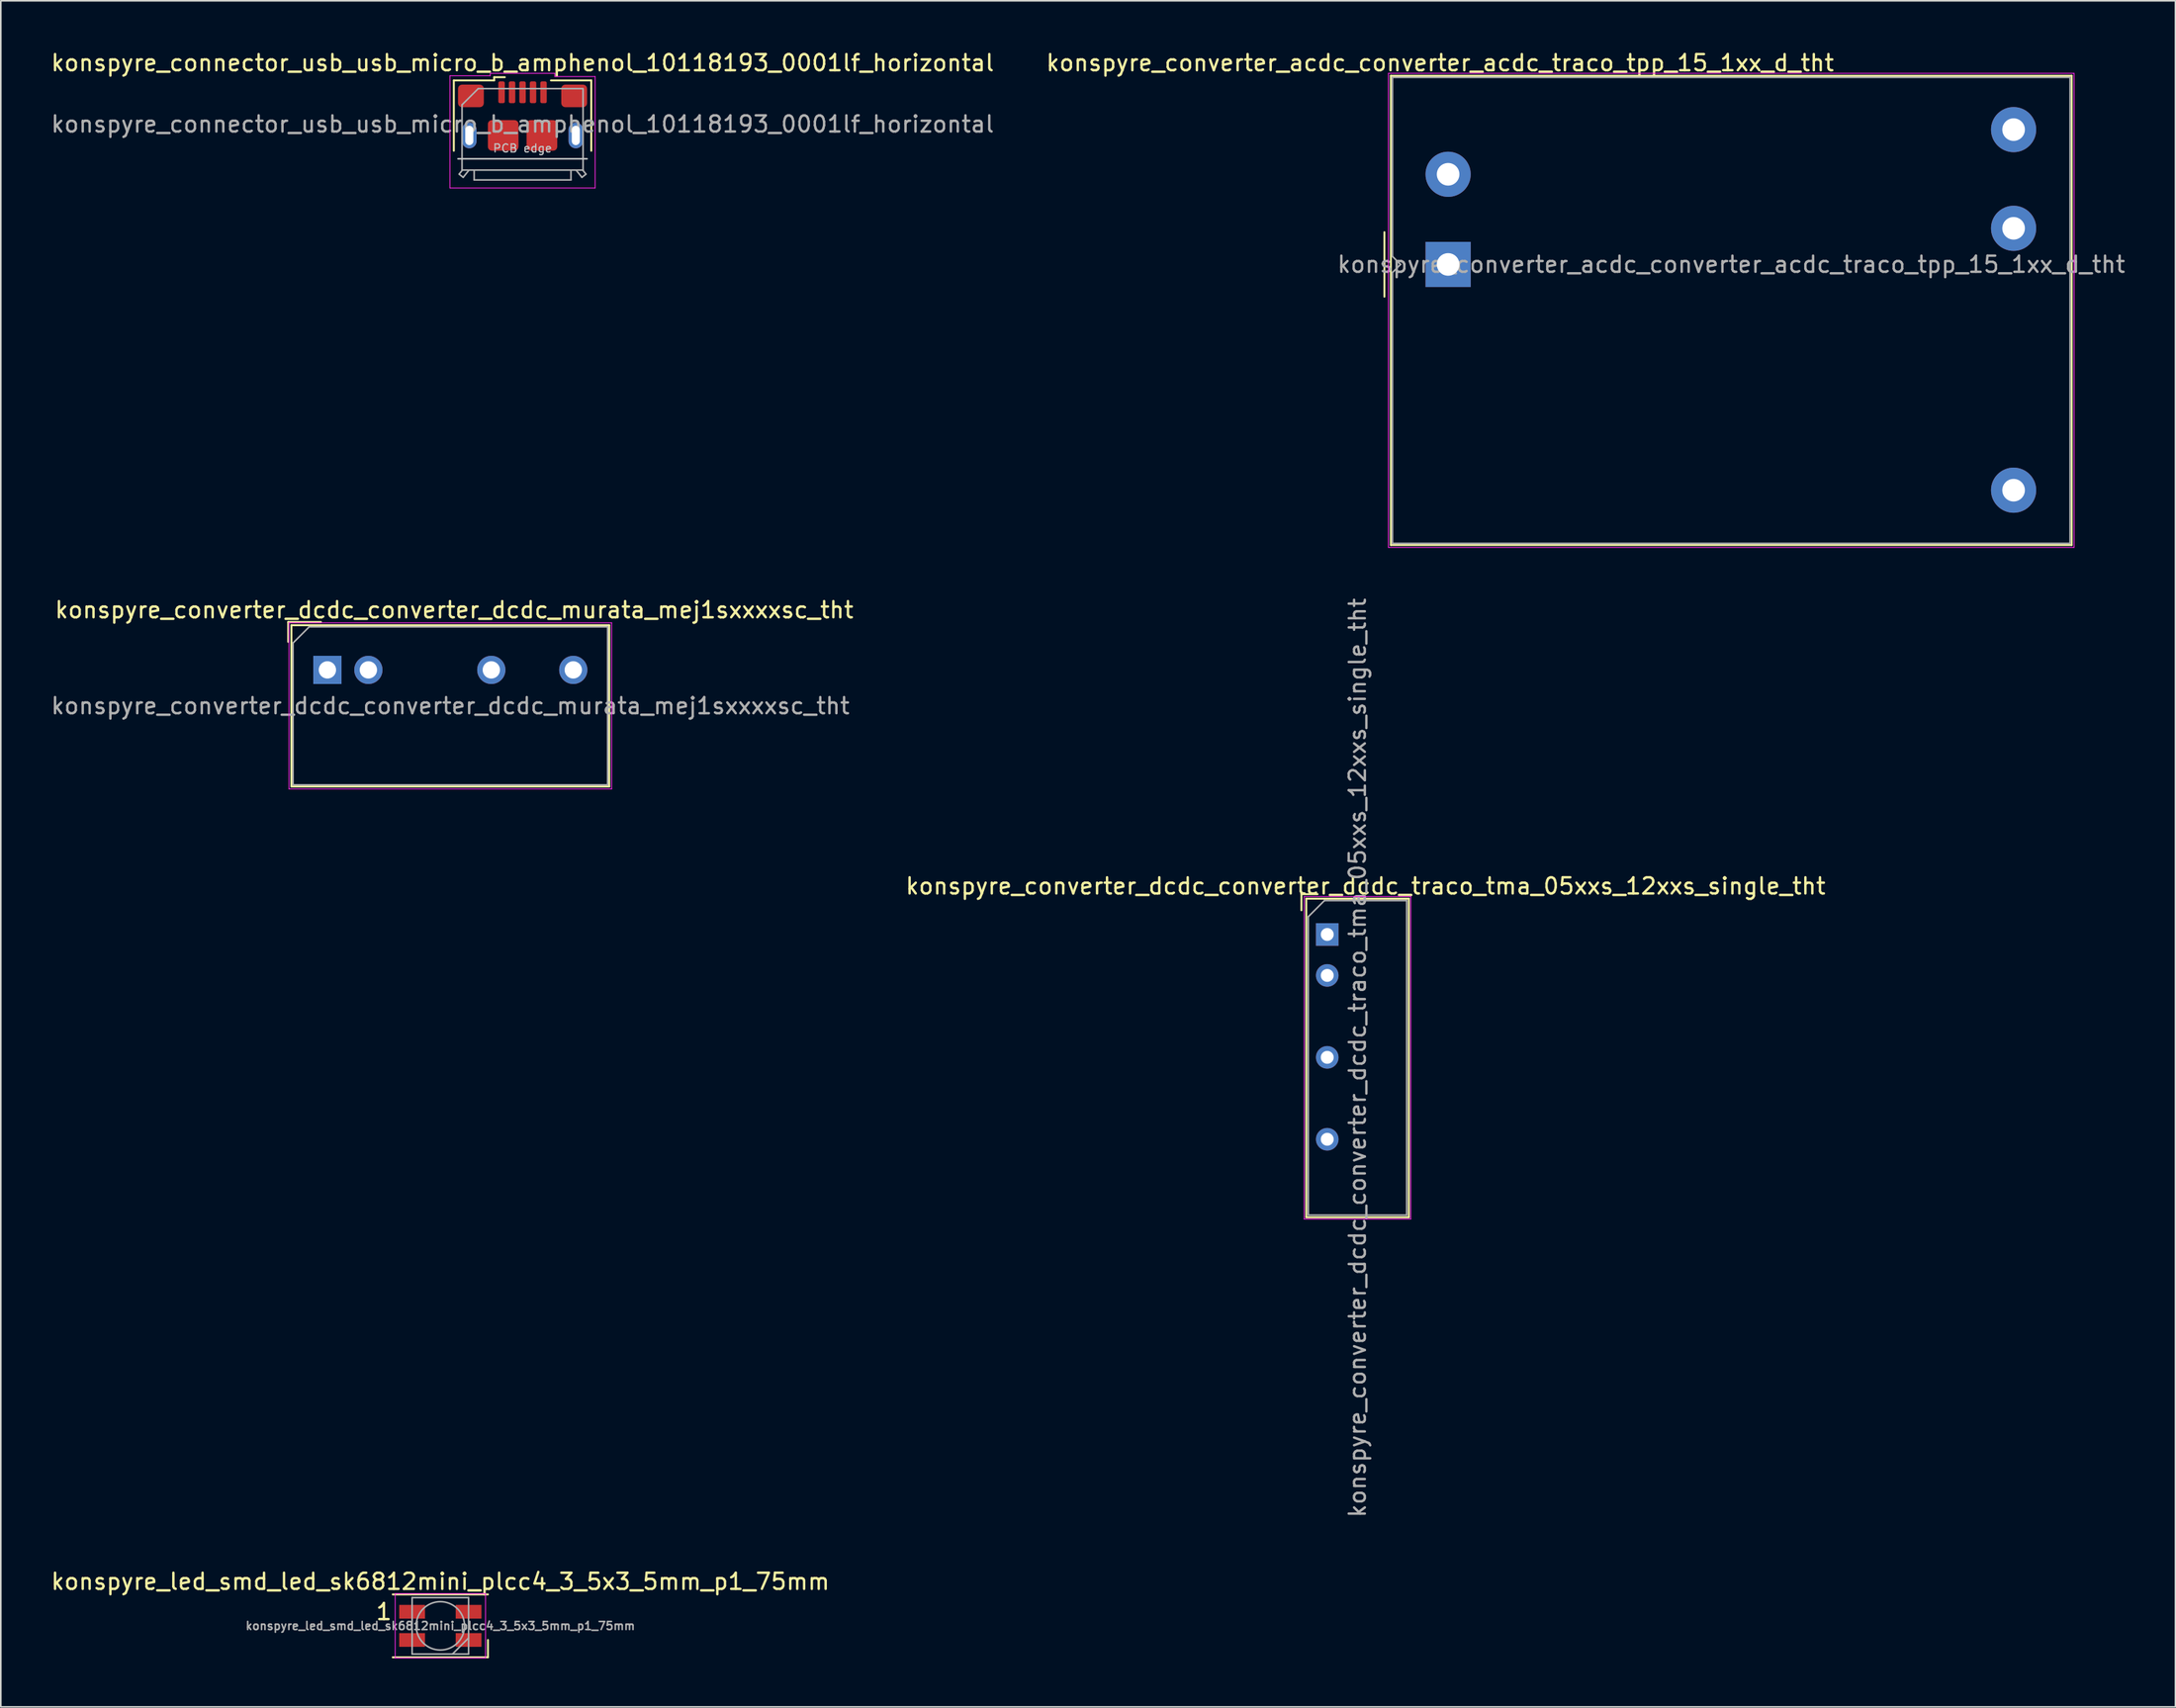
<source format=kicad_pcb>
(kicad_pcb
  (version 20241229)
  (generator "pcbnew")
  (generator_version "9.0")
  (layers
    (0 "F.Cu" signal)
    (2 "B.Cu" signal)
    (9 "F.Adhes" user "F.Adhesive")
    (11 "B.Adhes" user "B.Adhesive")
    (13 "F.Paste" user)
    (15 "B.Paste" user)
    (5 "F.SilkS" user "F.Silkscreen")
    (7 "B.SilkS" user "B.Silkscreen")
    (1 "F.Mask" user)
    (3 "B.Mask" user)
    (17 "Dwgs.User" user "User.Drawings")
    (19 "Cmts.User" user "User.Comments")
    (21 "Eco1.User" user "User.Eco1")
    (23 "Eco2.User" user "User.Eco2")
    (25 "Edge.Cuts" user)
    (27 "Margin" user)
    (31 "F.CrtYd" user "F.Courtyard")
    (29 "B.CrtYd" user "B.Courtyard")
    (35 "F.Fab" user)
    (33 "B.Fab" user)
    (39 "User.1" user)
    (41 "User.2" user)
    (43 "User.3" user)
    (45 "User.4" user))
  (footprint "konspyre_converter_acdc_converter_acdc_traco_tpp_15_1xx_d_tht"
    (layer "F.Cu")
    (at 86.708 13.348)
    (property "Reference" "konspyre_converter_acdc_converter_acdc_traco_tpp_15_1xx_d_tht" (at -0.5 -12.5 0) (layer "F.SilkS") (effects (font (size 1 1) (thickness 0.15))))
    (attr through_hole)
    (fp_line (start -3.95 -2) (end -3.95 2) (stroke (width 0.12) (type solid)) (layer "F.SilkS"))
    (fp_line (start -3.55 -11.7) (end 38.65 -11.7) (stroke (width 0.12) (type solid)) (layer "F.SilkS"))
    (fp_line (start -3.55 17.4) (end -3.55 -11.7) (stroke (width 0.12) (type solid)) (layer "F.SilkS"))
    (fp_line (start 38.65 -11.7) (end 38.65 17.4) (stroke (width 0.12) (type solid)) (layer "F.SilkS"))
    (fp_line (start 38.65 17.4) (end -3.55 17.4) (stroke (width 0.12) (type solid)) (layer "F.SilkS"))
    (fp_line (start -3.7 -11.85) (end -3.7 17.55) (stroke (width 0.05) (type solid)) (layer "F.CrtYd"))
    (fp_line (start -3.7 -11.85) (end 38.8 -11.85) (stroke (width 0.05) (type solid)) (layer "F.CrtYd"))
    (fp_line (start -3.7 17.55) (end 38.8 17.55) (stroke (width 0.05) (type solid)) (layer "F.CrtYd"))
    (fp_line (start 38.8 -11.85) (end 38.8 17.55) (stroke (width 0.05) (type solid)) (layer "F.CrtYd"))
    (fp_line (start -3.45 -11.6) (end 38.55 -11.6) (stroke (width 0.1) (type solid)) (layer "F.Fab"))
    (fp_line (start -3.45 -0.5) (end -3.45 -11.6) (stroke (width 0.1) (type solid)) (layer "F.Fab"))
    (fp_line (start -3.45 0.5) (end -2.95 0) (stroke (width 0.1) (type solid)) (layer "F.Fab"))
    (fp_line (start -3.45 17.3) (end -3.45 0.5) (stroke (width 0.1) (type solid)) (layer "F.Fab"))
    (fp_line (start -2.95 0) (end -3.45 -0.5) (stroke (width 0.1) (type solid)) (layer "F.Fab"))
    (fp_line (start 38.55 -11.6) (end 38.55 17.3) (stroke (width 0.1) (type solid)) (layer "F.Fab"))
    (fp_line (start 38.55 17.3) (end -3.45 17.3) (stroke (width 0.1) (type solid)) (layer "F.Fab"))
    (fp_text user "${REFERENCE}" (at 17.55 0 0) (layer "F.Fab") (effects (font (size 1 1) (thickness 0.15))))
    (pad "1" thru_hole rect (at 0 0) (size 2.8 2.8) (drill 1.4) (layers "*.Cu" "*.Mask"))
    (pad "2" thru_hole circle (at 0 -5.59) (size 2.8 2.8) (drill 1.4) (layers "*.Cu" "*.Mask"))
    (pad "3" thru_hole circle (at 35.05 14) (size 2.8 2.8) (drill 1.4) (layers "*.Cu" "*.Mask"))
    (pad "4" thru_hole circle (at 35.05 -2.24) (size 2.8 2.8) (drill 1.4) (layers "*.Cu" "*.Mask"))
    (pad "5" thru_hole circle (at 35.05 -8.36) (size 2.8 2.8) (drill 1.4) (layers "*.Cu" "*.Mask")))
  (footprint "konspyre_converter_dcdc_converter_dcdc_murata_mej1sxxxxsc_tht"
    (layer "F.Cu")
    (at 17.243 38.492)
    (property "Reference" "konspyre_converter_dcdc_converter_dcdc_murata_mej1sxxxxsc_tht" (at 7.86 -3.72 180) (layer "F.SilkS") (effects (font (size 1 1) (thickness 0.15))))
    (attr through_hole)
    (fp_line (start -2.43 -2.97) (end -2.43 -1.74) (stroke (width 0.12) (type solid)) (layer "F.SilkS"))
    (fp_line (start -2.43 -2.97) (end -0.4 -2.97) (stroke (width 0.12) (type solid)) (layer "F.SilkS"))
    (fp_line (start -2.23 -2.77) (end -2.23 7.23) (stroke (width 0.12) (type solid)) (layer "F.SilkS"))
    (fp_line (start -2.23 7.23) (end 17.47 7.23) (stroke (width 0.12) (type solid)) (layer "F.SilkS"))
    (fp_line (start 17.47 -2.77) (end -2.23 -2.77) (stroke (width 0.12) (type solid)) (layer "F.SilkS"))
    (fp_line (start 17.47 7.23) (end 17.47 -2.77) (stroke (width 0.12) (type solid)) (layer "F.SilkS"))
    (fp_line (start -2.38 -2.92) (end -2.38 7.38) (stroke (width 0.05) (type solid)) (layer "F.CrtYd"))
    (fp_line (start 17.62 -2.92) (end -2.38 -2.92) (stroke (width 0.05) (type solid)) (layer "F.CrtYd"))
    (fp_line (start 17.62 7.38) (end -2.38 7.38) (stroke (width 0.05) (type solid)) (layer "F.CrtYd"))
    (fp_line (start 17.62 7.38) (end 17.62 -2.92) (stroke (width 0.05) (type solid)) (layer "F.CrtYd"))
    (fp_line (start -2.13 -1.67) (end -2.13 7.13) (stroke (width 0.1) (type solid)) (layer "F.Fab"))
    (fp_line (start -1.13 -2.67) (end -2.13 -1.67) (stroke (width 0.1) (type solid)) (layer "F.Fab"))
    (fp_line (start 17.37 -2.67) (end -1.13 -2.67) (stroke (width 0.1) (type solid)) (layer "F.Fab"))
    (fp_line (start 17.37 -2.67) (end 17.37 7.13) (stroke (width 0.1) (type solid)) (layer "F.Fab"))
    (fp_line (start 17.37 7.13) (end -2.13 7.13) (stroke (width 0.1) (type solid)) (layer "F.Fab"))
    (fp_text user "${REFERENCE}" (at 7.62 2.23 180) (layer "F.Fab") (effects (font (size 1 1) (thickness 0.15))))
    (pad "1" thru_hole rect (at 0 0) (size 1.75 1.75) (drill 1.075) (layers "*.Cu" "*.Mask"))
    (pad "2" thru_hole oval (at 2.54 0) (size 1.75 1.75) (drill 1.075) (layers "*.Cu" "*.Mask"))
    (pad "5" thru_hole oval (at 10.16 0) (size 1.75 1.75) (drill 1.075) (layers "*.Cu" "*.Mask"))
    (pad "7" thru_hole oval (at 15.24 0) (size 1.75 1.75) (drill 1.075) (layers "*.Cu" "*.Mask")))
  (footprint "konspyre_led_smd_led_sk6812mini_plcc4_3_5x3_5mm_p1_75mm"
    (layer "F.Cu")
    (at 24.244 97.772)
    (property "Reference" "konspyre_led_smd_led_sk6812mini_plcc4_3_5x3_5mm_p1_75mm" (at 0 -2.75 0) (layer "F.SilkS") (effects (font (size 1 1) (thickness 0.15))))
    (attr smd)
    (fp_line (start -2.95 -1.95) (end 2.95 -1.95) (stroke (width 0.12) (type solid)) (layer "F.SilkS"))
    (fp_line (start -2.95 1.95) (end 2.95 1.95) (stroke (width 0.12) (type solid)) (layer "F.SilkS"))
    (fp_line (start 2.95 1.95) (end 2.95 0.875) (stroke (width 0.12) (type solid)) (layer "F.SilkS"))
    (fp_line (start -2.8 -2) (end -2.8 2) (stroke (width 0.05) (type solid)) (layer "F.CrtYd"))
    (fp_line (start -2.8 2) (end 2.8 2) (stroke (width 0.05) (type solid)) (layer "F.CrtYd"))
    (fp_line (start 2.8 -2) (end -2.8 -2) (stroke (width 0.05) (type solid)) (layer "F.CrtYd"))
    (fp_line (start 2.8 2) (end 2.8 -2) (stroke (width 0.05) (type solid)) (layer "F.CrtYd"))
    (fp_line (start -1.75 -1.75) (end -1.75 1.75) (stroke (width 0.1) (type solid)) (layer "F.Fab"))
    (fp_line (start -1.75 1.75) (end 1.75 1.75) (stroke (width 0.1) (type solid)) (layer "F.Fab"))
    (fp_line (start 1.75 -1.75) (end -1.75 -1.75) (stroke (width 0.1) (type solid)) (layer "F.Fab"))
    (fp_line (start 1.75 0.75) (end 0.75 1.75) (stroke (width 0.1) (type solid)) (layer "F.Fab"))
    (fp_line (start 1.75 1.75) (end 1.75 -1.75) (stroke (width 0.1) (type solid)) (layer "F.Fab"))
    (fp_circle (center 0 0) (end 0 -1.5) (stroke (width 0.1) (type solid)) (fill no) (layer "F.Fab"))
    (fp_text user "1" (at -3.5 -0.875 0) (layer "F.SilkS") (effects (font (size 1 1) (thickness 0.15))))
    (fp_text user "${REFERENCE}" (at 0 0 0) (layer "F.Fab") (effects (font (size 0.5 0.5) (thickness 0.1))))
    (pad "1" smd rect (at -1.75 -0.875) (size 1.6 0.85) (layers "F.Cu" "F.Mask" "F.Paste"))
    (pad "2" smd rect (at -1.75 0.875) (size 1.6 0.85) (layers "F.Cu" "F.Mask" "F.Paste"))
    (pad "3" smd rect (at 1.75 0.875) (size 1.6 0.85) (layers "F.Cu" "F.Mask" "F.Paste"))
    (pad "4" smd rect (at 1.75 -0.875) (size 1.6 0.85) (layers "F.Cu" "F.Mask" "F.Paste")))
  (footprint "konspyre_connector_usb_usb_micro_b_amphenol_10118193_0001lf_horizontal"
    (layer "F.Cu")
    (at 29.339 5.348)
    (property "Reference" "konspyre_connector_usb_usb_micro_b_amphenol_10118193_0001lf_horizontal" (at 0 -4.5 0) (layer "F.SilkS") (effects (font (size 1 1) (thickness 0.15))))
    (attr smd)
    (fp_line (start -4.26 -3.41) (end -4.26 0.95) (stroke (width 0.12) (type solid)) (layer "F.SilkS"))
    (fp_line (start -4.26 -3.41) (end -1.76 -3.41) (stroke (width 0.12) (type default)) (layer "F.SilkS"))
    (fp_line (start -1.76 -3.41) (end -1.76 -3.61) (stroke (width 0.12) (type default)) (layer "F.SilkS"))
    (fp_line (start -1.1 -3.61) (end -1.76 -3.61) (stroke (width 0.12) (type default)) (layer "F.SilkS"))
    (fp_line (start 1.76 -3.41) (end 4.26 -3.41) (stroke (width 0.12) (type default)) (layer "F.SilkS"))
    (fp_line (start 4.26 -3.41) (end 4.26 0.95) (stroke (width 0.12) (type solid)) (layer "F.SilkS"))
    (fp_line (start -4 1.45) (end 4 1.45) (stroke (width 0.1) (type solid)) (layer "Dwgs.User"))
    (fp_line (start -4.5 -3.7) (end -4.5 3.26) (stroke (width 0.05) (type solid)) (layer "F.CrtYd"))
    (fp_line (start -4.5 -3.7) (end -2 -3.7) (stroke (width 0.05) (type default)) (layer "F.CrtYd"))
    (fp_line (start -2 -3.85) (end 2 -3.85) (stroke (width 0.05) (type solid)) (layer "F.CrtYd"))
    (fp_line (start -2 -3.7) (end -2 -3.85) (stroke (width 0.05) (type default)) (layer "F.CrtYd"))
    (fp_line (start 2 -3.65) (end 2 -3.85) (stroke (width 0.05) (type default)) (layer "F.CrtYd"))
    (fp_line (start 4.5 -3.65) (end 2 -3.65) (stroke (width 0.05) (type default)) (layer "F.CrtYd"))
    (fp_line (start 4.5 3.26) (end -4.5 3.26) (stroke (width 0.05) (type solid)) (layer "F.CrtYd"))
    (fp_line (start 4.5 3.26) (end 4.5 -3.65) (stroke (width 0.05) (type solid)) (layer "F.CrtYd"))
    (fp_line (start -3.93 2.4) (end -3.68 2.6) (stroke (width 0.1) (type solid)) (layer "F.Fab"))
    (fp_line (start -3.75 -1.9) (end -3.75 2.15) (stroke (width 0.1) (type solid)) (layer "F.Fab"))
    (fp_line (start -3.75 -1.9) (end -2.75 -2.9) (stroke (width 0.1) (type default)) (layer "F.Fab"))
    (fp_line (start -3.75 2.15) (end 3.75 2.15) (stroke (width 0.1) (type solid)) (layer "F.Fab"))
    (fp_line (start -3.73 2.15) (end -3.93 2.4) (stroke (width 0.1) (type solid)) (layer "F.Fab"))
    (fp_line (start -3.32 2.15) (end -3.68 2.6) (stroke (width 0.1) (type solid)) (layer "F.Fab"))
    (fp_line (start -3 2.15) (end -3 2.76) (stroke (width 0.1) (type solid)) (layer "F.Fab"))
    (fp_line (start -3 2.76) (end 3 2.76) (stroke (width 0.1) (type solid)) (layer "F.Fab"))
    (fp_line (start 3 2.15) (end 3 2.76) (stroke (width 0.1) (type solid)) (layer "F.Fab"))
    (fp_line (start 3.32 2.15) (end 3.68 2.6) (stroke (width 0.1) (type solid)) (layer "F.Fab"))
    (fp_line (start 3.73 -2.9) (end -2.75 -2.9) (stroke (width 0.1) (type solid)) (layer "F.Fab"))
    (fp_line (start 3.73 2.15) (end 3.93 2.4) (stroke (width 0.1) (type solid)) (layer "F.Fab"))
    (fp_line (start 3.75 2.15) (end 3.75 -2.9) (stroke (width 0.1) (type solid)) (layer "F.Fab"))
    (fp_line (start 3.93 2.4) (end 3.68 2.6) (stroke (width 0.1) (type solid)) (layer "F.Fab"))
    (fp_text user "PCB edge" (at 0 0.8 0) (layer "Dwgs.User") (effects (font (size 0.5 0.5) (thickness 0.075))))
    (fp_text user "${REFERENCE}" (at 0 -0.7 0) (layer "F.Fab") (effects (font (size 1 1) (thickness 0.15))))
    (pad "1" smd roundrect (at -1.3 -2.675) (size 0.4 1.35) (layers "F.Cu" "F.Mask" "F.Paste") (roundrect_rratio 0.25))
    (pad "2" smd roundrect (at -0.65 -2.675) (size 0.4 1.35) (layers "F.Cu" "F.Mask" "F.Paste") (roundrect_rratio 0.25))
    (pad "3" smd roundrect (at 0 -2.675) (size 0.4 1.35) (layers "F.Cu" "F.Mask" "F.Paste") (roundrect_rratio 0.25))
    (pad "4" smd roundrect (at 0.65 -2.675) (size 0.4 1.35) (layers "F.Cu" "F.Mask" "F.Paste") (roundrect_rratio 0.25))
    (pad "5" smd roundrect (at 1.3 -2.675) (size 0.4 1.35) (layers "F.Cu" "F.Mask" "F.Paste") (roundrect_rratio 0.25))
    (pad "6" thru_hole oval (at -3.3 0 90) (size 1.6 0.9) (drill oval 1.2 0.5) (layers "*.Cu" "*.Mask" "F.Paste"))
    (pad "6" smd roundrect (at -3.2 -2.45) (size 1.6 1.4) (layers "F.Cu" "F.Mask" "F.Paste") (roundrect_rratio 0.179))
    (pad "6" smd roundrect (at -1.2 0) (size 1.9 1.9) (layers "F.Cu" "F.Mask" "F.Paste") (roundrect_rratio 0.132))
    (pad "6" smd roundrect (at 1.2 0) (size 1.9 1.9) (layers "F.Cu" "F.Mask" "F.Paste") (roundrect_rratio 0.132))
    (pad "6" smd roundrect (at 3.2 -2.45) (size 1.6 1.4) (layers "F.Cu" "F.Mask" "F.Paste") (roundrect_rratio 0.179))
    (pad "6" thru_hole oval (at 3.3 0 90) (size 1.6 0.9) (drill oval 1.2 0.5) (layers "*.Cu" "*.Mask" "F.Paste")))
  (footprint "konspyre_converter_dcdc_converter_dcdc_traco_tma_05xxs_12xxs_single_tht"
    (layer "F.Cu")
    (at 79.216 54.898)
    (property "Reference" "konspyre_converter_dcdc_converter_dcdc_traco_tma_05xxs_12xxs_single_tht" (at 2.375 -3 0) (layer "F.SilkS") (effects (font (size 1 1) (thickness 0.15))))
    (attr through_hole)
    (fp_line (start -1.6 -2.5) (end -1.6 -1.5) (stroke (width 0.12) (type solid)) (layer "F.SilkS"))
    (fp_line (start -1.6 -2.5) (end -0.6 -2.5) (stroke (width 0.12) (type solid)) (layer "F.SilkS"))
    (fp_line (start -1.3 -2.22) (end -1.3 17.54) (stroke (width 0.12) (type solid)) (layer "F.SilkS"))
    (fp_line (start 5.06 -2.22) (end -1.3 -2.22) (stroke (width 0.12) (type solid)) (layer "F.SilkS"))
    (fp_line (start 5.06 -2.22) (end 5.06 17.54) (stroke (width 0.12) (type solid)) (layer "F.SilkS"))
    (fp_line (start 5.06 17.54) (end -1.3 17.54) (stroke (width 0.12) (type solid)) (layer "F.SilkS"))
    (fp_line (start -1.43 -2.35) (end -1.43 17.65) (stroke (width 0.05) (type solid)) (layer "F.CrtYd"))
    (fp_line (start 5.18 -2.35) (end -1.43 -2.35) (stroke (width 0.05) (type solid)) (layer "F.CrtYd"))
    (fp_line (start 5.18 -2.35) (end 5.18 17.65) (stroke (width 0.05) (type solid)) (layer "F.CrtYd"))
    (fp_line (start 5.18 17.65) (end -1.43 17.65) (stroke (width 0.05) (type solid)) (layer "F.CrtYd"))
    (fp_line (start -1.175 17.4) (end -1.175 -1.1) (stroke (width 0.1) (type solid)) (layer "F.Fab"))
    (fp_line (start -0.175 -2.1) (end -1.175 -1.1) (stroke (width 0.1) (type solid)) (layer "F.Fab"))
    (fp_line (start -0.175 -2.1) (end 4.925 -2.1) (stroke (width 0.1) (type solid)) (layer "F.Fab"))
    (fp_line (start 4.925 -2.1) (end 4.925 17.4) (stroke (width 0.1) (type solid)) (layer "F.Fab"))
    (fp_line (start 4.925 17.4) (end -1.175 17.4) (stroke (width 0.1) (type solid)) (layer "F.Fab"))
    (fp_text user "${REFERENCE}" (at 1.875 7.65 270) (layer "F.Fab") (effects (font (size 1 1) (thickness 0.15))))
    (pad "1" thru_hole rect (at 0 0 270) (size 1.4 1.4) (drill 0.8) (layers "*.Cu" "*.Mask"))
    (pad "2" thru_hole circle (at 0 2.54 270) (size 1.4 1.4) (drill 0.8) (layers "*.Cu" "*.Mask"))
    (pad "4" thru_hole circle (at 0 7.62 270) (size 1.4 1.4) (drill 0.8) (layers "*.Cu" "*.Mask"))
    (pad "6" thru_hole circle (at 0 12.7 270) (size 1.4 1.4) (drill 0.8) (layers "*.Cu" "*.Mask")))
  (gr_rect
    (start -3 -3)
    (end 131.788 102.797)
    (stroke (width 0.1) (type default))
    (fill no)
    (layer "Edge.Cuts")))
</source>
